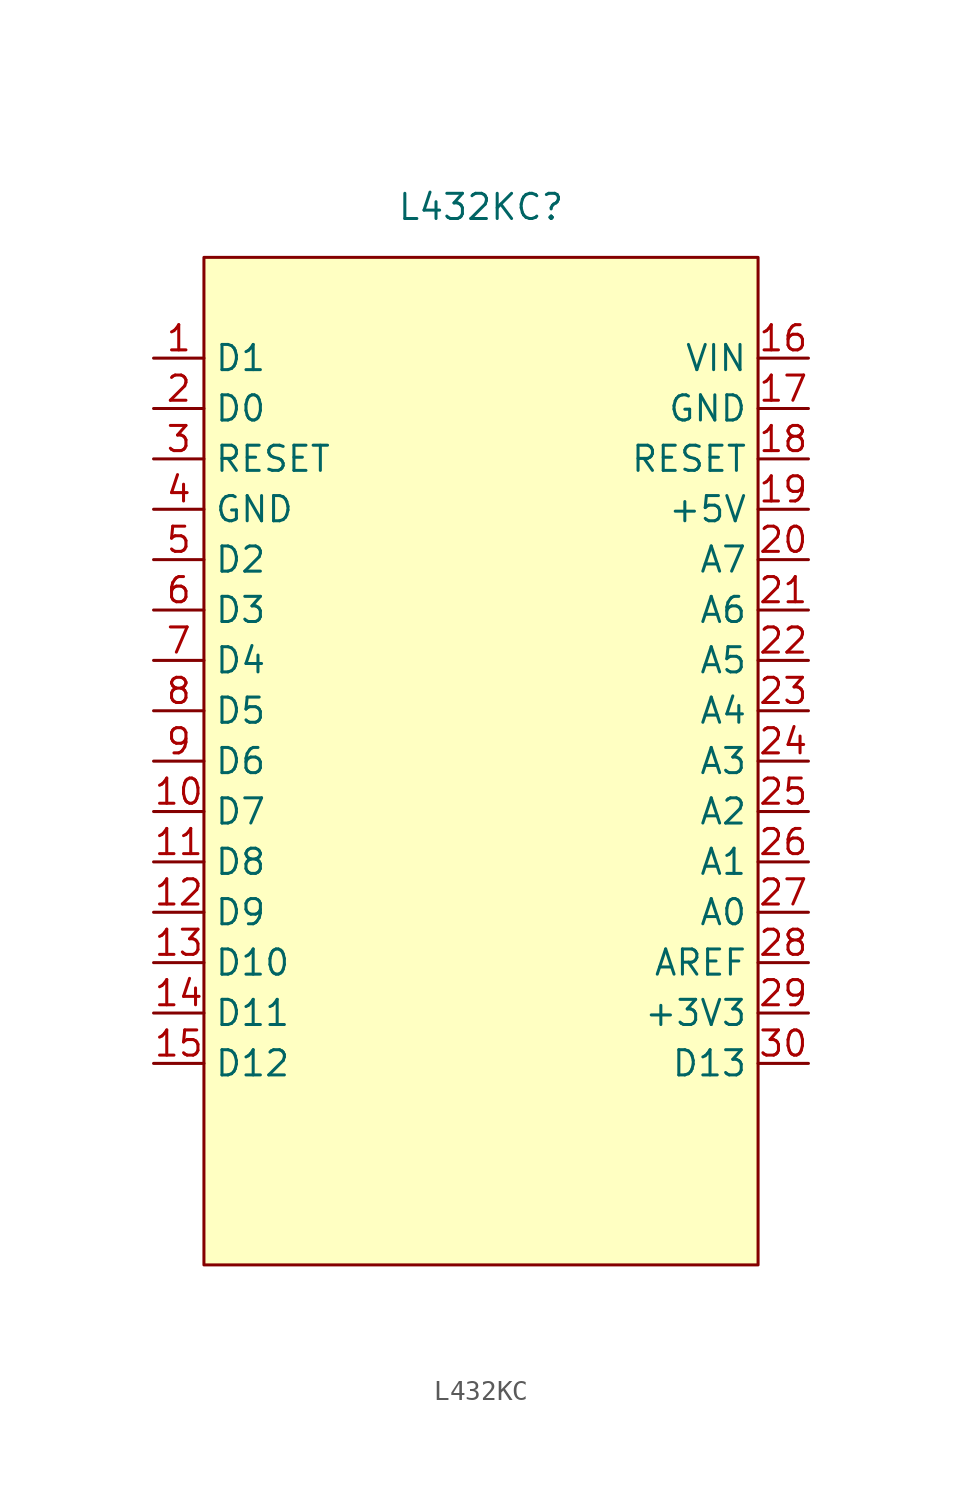
<source format=kicad_sym>
(kicad_symbol_lib
  (version 20220914)
  (generator kicad_symbol_editor)
  (symbol "L432KC"
    (property "Reference" "L432KC"
      (at 13.97 2.54 0)
      (effects (font (size 1.27 1.27))))
    (property "Value" ""
      (at 0 0 0)
      (effects (font (size 1.27 1.27))))
    (symbol "L432KC_0_0"
      (pin unspecified line (at -2.54 -5.08 0) (length 2.54) (name "D1" (effects (font (size 1.27 1.27)))) (number "1" (effects (font (size 1.27 1.27)))))
      (pin unspecified line (at -2.54 -27.94 0) (length 2.54) (name "D7" (effects (font (size 1.27 1.27)))) (number "10" (effects (font (size 1.27 1.27)))))
      (pin unspecified line (at -2.54 -30.48 0) (length 2.54) (name "D8" (effects (font (size 1.27 1.27)))) (number "11" (effects (font (size 1.27 1.27)))))
      (pin unspecified line (at -2.54 -33.02 0) (length 2.54) (name "D9" (effects (font (size 1.27 1.27)))) (number "12" (effects (font (size 1.27 1.27)))))
      (pin unspecified line (at -2.54 -35.56 0) (length 2.54) (name "D10" (effects (font (size 1.27 1.27)))) (number "13" (effects (font (size 1.27 1.27)))))
      (pin unspecified line (at -2.54 -38.1 0) (length 2.54) (name "D11" (effects (font (size 1.27 1.27)))) (number "14" (effects (font (size 1.27 1.27)))))
      (pin unspecified line (at -2.54 -40.64 0) (length 2.54) (name "D12" (effects (font (size 1.27 1.27)))) (number "15" (effects (font (size 1.27 1.27)))))
      (pin unspecified line (at 30.48 -5.08 180) (length 2.54) (name "VIN" (effects (font (size 1.27 1.27)))) (number "16" (effects (font (size 1.27 1.27)))))
      (pin unspecified line (at 30.48 -7.62 180) (length 2.54) (name "GND" (effects (font (size 1.27 1.27)))) (number "17" (effects (font (size 1.27 1.27)))))
      (pin unspecified line (at 30.48 -10.16 180) (length 2.54) (name "RESET" (effects (font (size 1.27 1.27)))) (number "18" (effects (font (size 1.27 1.27)))))
      (pin unspecified line (at 30.48 -12.7 180) (length 2.54) (name "+5V" (effects (font (size 1.27 1.27)))) (number "19" (effects (font (size 1.27 1.27)))))
      (pin unspecified line (at -2.54 -7.62 0) (length 2.54) (name "D0" (effects (font (size 1.27 1.27)))) (number "2" (effects (font (size 1.27 1.27)))))
      (pin unspecified line (at 30.48 -15.24 180) (length 2.54) (name "A7" (effects (font (size 1.27 1.27)))) (number "20" (effects (font (size 1.27 1.27)))))
      (pin unspecified line (at 30.48 -17.78 180) (length 2.54) (name "A6" (effects (font (size 1.27 1.27)))) (number "21" (effects (font (size 1.27 1.27)))))
      (pin unspecified line (at 30.48 -20.32 180) (length 2.54) (name "A5" (effects (font (size 1.27 1.27)))) (number "22" (effects (font (size 1.27 1.27)))))
      (pin unspecified line (at 30.48 -22.86 180) (length 2.54) (name "A4" (effects (font (size 1.27 1.27)))) (number "23" (effects (font (size 1.27 1.27)))))
      (pin unspecified line (at 30.48 -25.4 180) (length 2.54) (name "A3" (effects (font (size 1.27 1.27)))) (number "24" (effects (font (size 1.27 1.27)))))
      (pin unspecified line (at 30.48 -27.94 180) (length 2.54) (name "A2" (effects (font (size 1.27 1.27)))) (number "25" (effects (font (size 1.27 1.27)))))
      (pin unspecified line (at 30.48 -30.48 180) (length 2.54) (name "A1" (effects (font (size 1.27 1.27)))) (number "26" (effects (font (size 1.27 1.27)))))
      (pin unspecified line (at 30.48 -33.02 180) (length 2.54) (name "A0" (effects (font (size 1.27 1.27)))) (number "27" (effects (font (size 1.27 1.27)))))
      (pin unspecified line (at 30.48 -35.56 180) (length 2.54) (name "AREF" (effects (font (size 1.27 1.27)))) (number "28" (effects (font (size 1.27 1.27)))))
      (pin unspecified line (at 30.48 -38.1 180) (length 2.54) (name "+3V3" (effects (font (size 1.27 1.27)))) (number "29" (effects (font (size 1.27 1.27)))))
      (pin unspecified line (at -2.54 -10.16 0) (length 2.54) (name "RESET" (effects (font (size 1.27 1.27)))) (number "3" (effects (font (size 1.27 1.27)))))
      (pin unspecified line (at 30.48 -40.64 180) (length 2.54) (name "D13" (effects (font (size 1.27 1.27)))) (number "30" (effects (font (size 1.27 1.27)))))
      (pin unspecified line (at -2.54 -12.7 0) (length 2.54) (name "GND" (effects (font (size 1.27 1.27)))) (number "4" (effects (font (size 1.27 1.27)))))
      (pin unspecified line (at -2.54 -15.24 0) (length 2.54) (name "D2" (effects (font (size 1.27 1.27)))) (number "5" (effects (font (size 1.27 1.27)))))
      (pin unspecified line (at -2.54 -17.78 0) (length 2.54) (name "D3" (effects (font (size 1.27 1.27)))) (number "6" (effects (font (size 1.27 1.27)))))
      (pin unspecified line (at -2.54 -20.32 0) (length 2.54) (name "D4" (effects (font (size 1.27 1.27)))) (number "7" (effects (font (size 1.27 1.27)))))
      (pin unspecified line (at -2.54 -22.86 0) (length 2.54) (name "D5" (effects (font (size 1.27 1.27)))) (number "8" (effects (font (size 1.27 1.27)))))
      (pin unspecified line (at -2.54 -25.4 0) (length 2.54) (name "D6" (effects (font (size 1.27 1.27)))) (number "9" (effects (font (size 1.27 1.27))))))
    (symbol "L432KC_1_1"
      (rectangle (start 0 0) (end 27.94 -50.8) (stroke (width 0) (type default)) (fill (type background))))))
</source>
